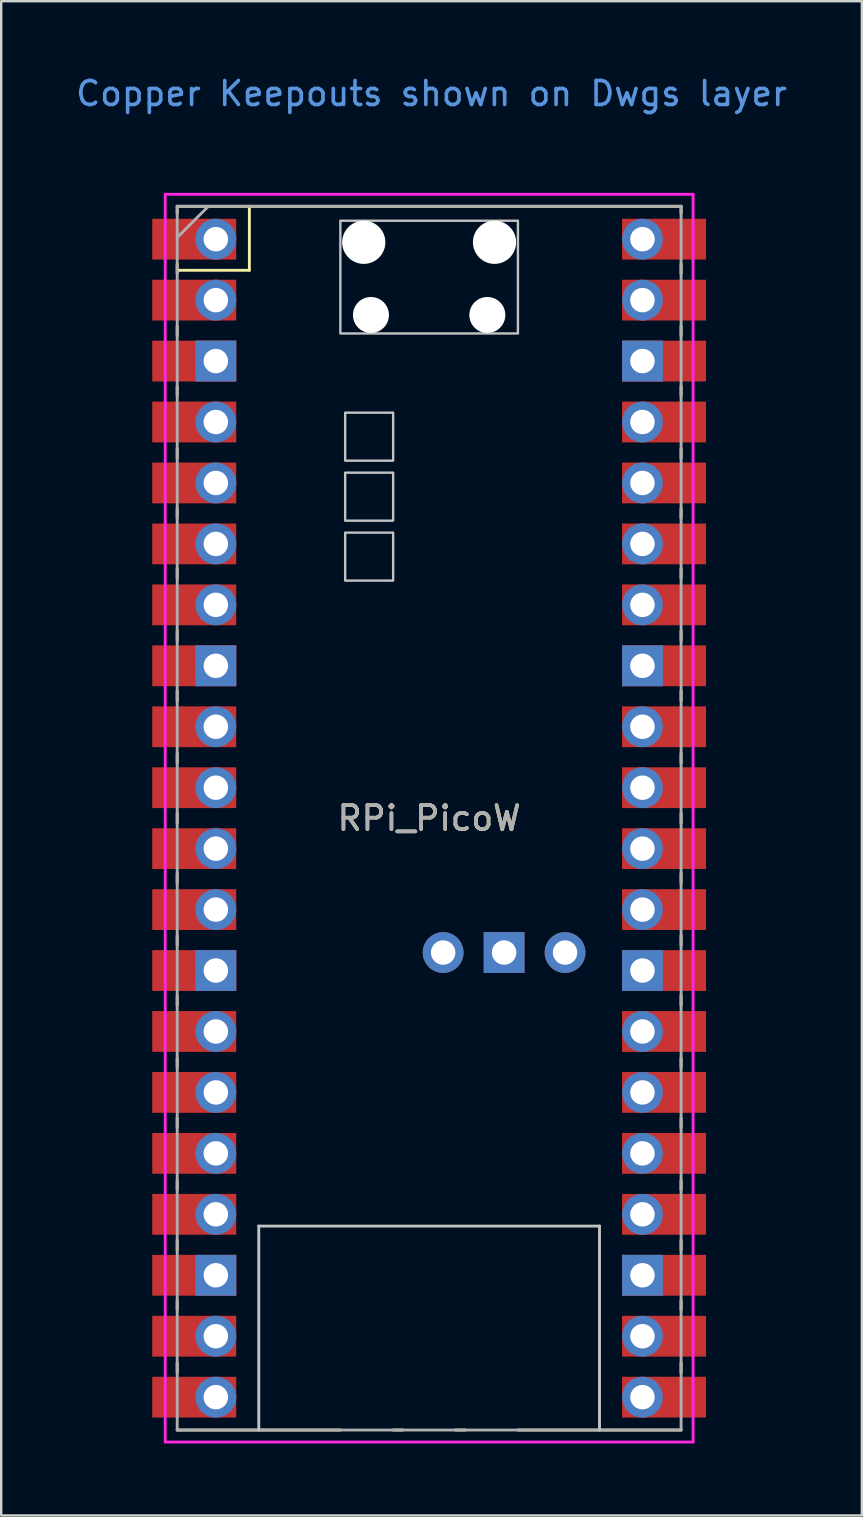
<source format=kicad_pcb>
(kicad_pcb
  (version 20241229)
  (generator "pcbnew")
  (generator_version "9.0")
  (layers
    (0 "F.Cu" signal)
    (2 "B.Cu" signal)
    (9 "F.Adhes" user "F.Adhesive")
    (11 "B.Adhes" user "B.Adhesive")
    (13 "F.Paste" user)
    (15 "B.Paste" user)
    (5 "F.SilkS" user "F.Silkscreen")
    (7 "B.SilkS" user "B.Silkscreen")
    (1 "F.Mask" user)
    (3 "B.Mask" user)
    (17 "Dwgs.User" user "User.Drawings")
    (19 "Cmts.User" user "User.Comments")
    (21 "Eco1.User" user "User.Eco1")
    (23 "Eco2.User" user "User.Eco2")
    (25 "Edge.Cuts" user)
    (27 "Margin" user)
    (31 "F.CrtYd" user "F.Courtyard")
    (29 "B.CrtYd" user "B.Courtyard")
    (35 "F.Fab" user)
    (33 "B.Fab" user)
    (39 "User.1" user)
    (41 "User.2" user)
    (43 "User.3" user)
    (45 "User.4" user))
  (footprint "RPi_PicoW"
    (layer "F.Cu")
    (at 14.835 31.048)
    (property "Reference" "RPi_PicoW" (at 0 0 0) (layer "F.SilkS") (effects (font (size 1 1) (thickness 0.15))))
    (attr through_hole)
    (fp_line (start -10.5 -25.5) (end -10.5 -25.2) (stroke (width 0.12) (type solid)) (layer "F.SilkS"))
    (fp_line (start -10.5 -25.5) (end 10.5 -25.5) (stroke (width 0.12) (type solid)) (layer "F.SilkS"))
    (fp_line (start -10.5 -23.1) (end -10.5 -22.7) (stroke (width 0.12) (type solid)) (layer "F.SilkS"))
    (fp_line (start -10.5 -22.833) (end -7.493 -22.833) (stroke (width 0.12) (type solid)) (layer "F.SilkS"))
    (fp_line (start -10.5 -20.5) (end -10.5 -20.1) (stroke (width 0.12) (type solid)) (layer "F.SilkS"))
    (fp_line (start -10.5 -18) (end -10.5 -17.6) (stroke (width 0.12) (type solid)) (layer "F.SilkS"))
    (fp_line (start -10.5 -15.4) (end -10.5 -15) (stroke (width 0.12) (type solid)) (layer "F.SilkS"))
    (fp_line (start -10.5 -12.9) (end -10.5 -12.5) (stroke (width 0.12) (type solid)) (layer "F.SilkS"))
    (fp_line (start -10.5 -10.4) (end -10.5 -10) (stroke (width 0.12) (type solid)) (layer "F.SilkS"))
    (fp_line (start -10.5 -7.8) (end -10.5 -7.4) (stroke (width 0.12) (type solid)) (layer "F.SilkS"))
    (fp_line (start -10.5 -5.3) (end -10.5 -4.9) (stroke (width 0.12) (type solid)) (layer "F.SilkS"))
    (fp_line (start -10.5 -2.7) (end -10.5 -2.3) (stroke (width 0.12) (type solid)) (layer "F.SilkS"))
    (fp_line (start -10.5 -0.2) (end -10.5 0.2) (stroke (width 0.12) (type solid)) (layer "F.SilkS"))
    (fp_line (start -10.5 2.3) (end -10.5 2.7) (stroke (width 0.12) (type solid)) (layer "F.SilkS"))
    (fp_line (start -10.5 4.9) (end -10.5 5.3) (stroke (width 0.12) (type solid)) (layer "F.SilkS"))
    (fp_line (start -10.5 7.4) (end -10.5 7.8) (stroke (width 0.12) (type solid)) (layer "F.SilkS"))
    (fp_line (start -10.5 10) (end -10.5 10.4) (stroke (width 0.12) (type solid)) (layer "F.SilkS"))
    (fp_line (start -10.5 12.5) (end -10.5 12.9) (stroke (width 0.12) (type solid)) (layer "F.SilkS"))
    (fp_line (start -10.5 15.1) (end -10.5 15.5) (stroke (width 0.12) (type solid)) (layer "F.SilkS"))
    (fp_line (start -10.5 17.6) (end -10.5 18) (stroke (width 0.12) (type solid)) (layer "F.SilkS"))
    (fp_line (start -10.5 20.1) (end -10.5 20.5) (stroke (width 0.12) (type solid)) (layer "F.SilkS"))
    (fp_line (start -10.5 22.7) (end -10.5 23.1) (stroke (width 0.12) (type solid)) (layer "F.SilkS"))
    (fp_line (start -7.493 -22.833) (end -7.493 -25.5) (stroke (width 0.12) (type solid)) (layer "F.SilkS"))
    (fp_line (start -3.7 25.5) (end -10.5 25.5) (stroke (width 0.12) (type solid)) (layer "F.SilkS"))
    (fp_line (start -1.5 25.5) (end -1.1 25.5) (stroke (width 0.12) (type solid)) (layer "F.SilkS"))
    (fp_line (start 1.1 25.5) (end 1.5 25.5) (stroke (width 0.12) (type solid)) (layer "F.SilkS"))
    (fp_line (start 10.5 -25.5) (end 10.5 -25.2) (stroke (width 0.12) (type solid)) (layer "F.SilkS"))
    (fp_line (start 10.5 -23.1) (end 10.5 -22.7) (stroke (width 0.12) (type solid)) (layer "F.SilkS"))
    (fp_line (start 10.5 -20.5) (end 10.5 -20.1) (stroke (width 0.12) (type solid)) (layer "F.SilkS"))
    (fp_line (start 10.5 -18) (end 10.5 -17.6) (stroke (width 0.12) (type solid)) (layer "F.SilkS"))
    (fp_line (start 10.5 -15.4) (end 10.5 -15) (stroke (width 0.12) (type solid)) (layer "F.SilkS"))
    (fp_line (start 10.5 -12.9) (end 10.5 -12.5) (stroke (width 0.12) (type solid)) (layer "F.SilkS"))
    (fp_line (start 10.5 -10.4) (end 10.5 -10) (stroke (width 0.12) (type solid)) (layer "F.SilkS"))
    (fp_line (start 10.5 -7.8) (end 10.5 -7.4) (stroke (width 0.12) (type solid)) (layer "F.SilkS"))
    (fp_line (start 10.5 -5.3) (end 10.5 -4.9) (stroke (width 0.12) (type solid)) (layer "F.SilkS"))
    (fp_line (start 10.5 -2.7) (end 10.5 -2.3) (stroke (width 0.12) (type solid)) (layer "F.SilkS"))
    (fp_line (start 10.5 -0.2) (end 10.5 0.2) (stroke (width 0.12) (type solid)) (layer "F.SilkS"))
    (fp_line (start 10.5 2.3) (end 10.5 2.7) (stroke (width 0.12) (type solid)) (layer "F.SilkS"))
    (fp_line (start 10.5 4.9) (end 10.5 5.3) (stroke (width 0.12) (type solid)) (layer "F.SilkS"))
    (fp_line (start 10.5 7.4) (end 10.5 7.8) (stroke (width 0.12) (type solid)) (layer "F.SilkS"))
    (fp_line (start 10.5 10) (end 10.5 10.4) (stroke (width 0.12) (type solid)) (layer "F.SilkS"))
    (fp_line (start 10.5 12.5) (end 10.5 12.9) (stroke (width 0.12) (type solid)) (layer "F.SilkS"))
    (fp_line (start 10.5 15.1) (end 10.5 15.5) (stroke (width 0.12) (type solid)) (layer "F.SilkS"))
    (fp_line (start 10.5 17.6) (end 10.5 18) (stroke (width 0.12) (type solid)) (layer "F.SilkS"))
    (fp_line (start 10.5 20.1) (end 10.5 20.5) (stroke (width 0.12) (type solid)) (layer "F.SilkS"))
    (fp_line (start 10.5 22.7) (end 10.5 23.1) (stroke (width 0.12) (type solid)) (layer "F.SilkS"))
    (fp_line (start 10.5 25.5) (end 3.7 25.5) (stroke (width 0.12) (type solid)) (layer "F.SilkS"))
    (fp_line (start -7.1 17) (end 7.1 17) (stroke (width 0.12) (type solid)) (layer "Dwgs.User"))
    (fp_line (start -7.1 25.5) (end -7.1 17) (stroke (width 0.12) (type solid)) (layer "Dwgs.User"))
    (fp_line (start 7.1 17) (end 7.1 25.5) (stroke (width 0.12) (type solid)) (layer "Dwgs.User"))
    (fp_poly (pts (xy -1.5 -14.9) (xy -3.5 -14.9) (xy -3.5 -16.9) (xy -1.5 -16.9)) (stroke (width 0.1) (type solid)) (fill no) (layer "Dwgs.User"))
    (fp_poly (pts (xy -1.5 -12.4) (xy -3.5 -12.4) (xy -3.5 -14.4) (xy -1.5 -14.4)) (stroke (width 0.1) (type solid)) (fill no) (layer "Dwgs.User"))
    (fp_poly (pts (xy -1.5 -9.9) (xy -3.5 -9.9) (xy -3.5 -11.9) (xy -1.5 -11.9)) (stroke (width 0.1) (type solid)) (fill no) (layer "Dwgs.User"))
    (fp_poly (pts (xy 3.7 -20.2) (xy -3.7 -20.2) (xy -3.7 -24.9) (xy 3.7 -24.9)) (stroke (width 0.1) (type solid)) (fill no) (layer "Dwgs.User"))
    (fp_line (start -11 -26) (end 11 -26) (stroke (width 0.12) (type solid)) (layer "F.CrtYd"))
    (fp_line (start -11 26) (end -11 -26) (stroke (width 0.12) (type solid)) (layer "F.CrtYd"))
    (fp_line (start 11 -26) (end 11 26) (stroke (width 0.12) (type solid)) (layer "F.CrtYd"))
    (fp_line (start 11 26) (end -11 26) (stroke (width 0.12) (type solid)) (layer "F.CrtYd"))
    (fp_line (start -10.5 -25.5) (end 10.5 -25.5) (stroke (width 0.12) (type solid)) (layer "F.Fab"))
    (fp_line (start -10.5 -24.2) (end -9.2 -25.5) (stroke (width 0.12) (type solid)) (layer "F.Fab"))
    (fp_line (start -10.5 25.5) (end -10.5 -25.5) (stroke (width 0.12) (type solid)) (layer "F.Fab"))
    (fp_line (start 10.5 -25.5) (end 10.5 25.5) (stroke (width 0.12) (type solid)) (layer "F.Fab"))
    (fp_line (start 10.5 25.5) (end -10.5 25.5) (stroke (width 0.12) (type solid)) (layer "F.Fab"))
    (fp_text user "Copper Keepouts shown on Dwgs layer" (at 0.1 -30.2 0) (layer "Cmts.User") (effects (font (size 1 1) (thickness 0.15))))
    (fp_text user "${REFERENCE}" (at 0 0 180) (layer "F.Fab") (effects (font (size 1 1) (thickness 0.15))))
    (pad "" np_thru_hole oval (at -2.725 -24) (size 1.8 1.8) (drill 1.8) (layers "*.Cu" "*.Mask"))
    (pad "" np_thru_hole oval (at -2.425 -20.97) (size 1.5 1.5) (drill 1.5) (layers "*.Cu" "*.Mask"))
    (pad "" np_thru_hole oval (at 2.425 -20.97) (size 1.5 1.5) (drill 1.5) (layers "*.Cu" "*.Mask"))
    (pad "" np_thru_hole oval (at 2.725 -24) (size 1.8 1.8) (drill 1.8) (layers "*.Cu" "*.Mask"))
    (pad "1" thru_hole oval (at -8.89 -24.13) (size 1.7 1.7) (drill 1.02) (layers "*.Cu" "*.Mask"))
    (pad "1" smd rect (at -8.89 -24.13) (size 3.5 1.7) (drill (offset -0.9 0)) (layers "F.Cu" "F.Mask"))
    (pad "2" thru_hole oval (at -8.89 -21.59) (size 1.7 1.7) (drill 1.02) (layers "*.Cu" "*.Mask"))
    (pad "2" smd rect (at -8.89 -21.59) (size 3.5 1.7) (drill (offset -0.9 0)) (layers "F.Cu" "F.Mask"))
    (pad "3" thru_hole rect (at -8.89 -19.05) (size 1.7 1.7) (drill 1.02) (layers "*.Cu" "*.Mask"))
    (pad "3" smd rect (at -8.89 -19.05) (size 3.5 1.7) (drill (offset -0.9 0)) (layers "F.Cu" "F.Mask"))
    (pad "4" thru_hole oval (at -8.89 -16.51) (size 1.7 1.7) (drill 1.02) (layers "*.Cu" "*.Mask"))
    (pad "4" smd rect (at -8.89 -16.51) (size 3.5 1.7) (drill (offset -0.9 0)) (layers "F.Cu" "F.Mask"))
    (pad "5" thru_hole oval (at -8.89 -13.97) (size 1.7 1.7) (drill 1.02) (layers "*.Cu" "*.Mask"))
    (pad "5" smd rect (at -8.89 -13.97) (size 3.5 1.7) (drill (offset -0.9 0)) (layers "F.Cu" "F.Mask"))
    (pad "6" thru_hole oval (at -8.89 -11.43) (size 1.7 1.7) (drill 1.02) (layers "*.Cu" "*.Mask"))
    (pad "6" smd rect (at -8.89 -11.43) (size 3.5 1.7) (drill (offset -0.9 0)) (layers "F.Cu" "F.Mask"))
    (pad "7" thru_hole oval (at -8.89 -8.89) (size 1.7 1.7) (drill 1.02) (layers "*.Cu" "*.Mask"))
    (pad "7" smd rect (at -8.89 -8.89) (size 3.5 1.7) (drill (offset -0.9 0)) (layers "F.Cu" "F.Mask"))
    (pad "8" thru_hole rect (at -8.89 -6.35) (size 1.7 1.7) (drill 1.02) (layers "*.Cu" "*.Mask"))
    (pad "8" smd rect (at -8.89 -6.35) (size 3.5 1.7) (drill (offset -0.9 0)) (layers "F.Cu" "F.Mask"))
    (pad "9" thru_hole oval (at -8.89 -3.81) (size 1.7 1.7) (drill 1.02) (layers "*.Cu" "*.Mask"))
    (pad "9" smd rect (at -8.89 -3.81) (size 3.5 1.7) (drill (offset -0.9 0)) (layers "F.Cu" "F.Mask"))
    (pad "10" thru_hole oval (at -8.89 -1.27) (size 1.7 1.7) (drill 1.02) (layers "*.Cu" "*.Mask"))
    (pad "10" smd rect (at -8.89 -1.27) (size 3.5 1.7) (drill (offset -0.9 0)) (layers "F.Cu" "F.Mask"))
    (pad "11" thru_hole oval (at -8.89 1.27) (size 1.7 1.7) (drill 1.02) (layers "*.Cu" "*.Mask"))
    (pad "11" smd rect (at -8.89 1.27) (size 3.5 1.7) (drill (offset -0.9 0)) (layers "F.Cu" "F.Mask"))
    (pad "12" thru_hole oval (at -8.89 3.81) (size 1.7 1.7) (drill 1.02) (layers "*.Cu" "*.Mask"))
    (pad "12" smd rect (at -8.89 3.81) (size 3.5 1.7) (drill (offset -0.9 0)) (layers "F.Cu" "F.Mask"))
    (pad "13" thru_hole rect (at -8.89 6.35) (size 1.7 1.7) (drill 1.02) (layers "*.Cu" "*.Mask"))
    (pad "13" smd rect (at -8.89 6.35) (size 3.5 1.7) (drill (offset -0.9 0)) (layers "F.Cu" "F.Mask"))
    (pad "14" thru_hole oval (at -8.89 8.89) (size 1.7 1.7) (drill 1.02) (layers "*.Cu" "*.Mask"))
    (pad "14" smd rect (at -8.89 8.89) (size 3.5 1.7) (drill (offset -0.9 0)) (layers "F.Cu" "F.Mask"))
    (pad "15" thru_hole oval (at -8.89 11.43) (size 1.7 1.7) (drill 1.02) (layers "*.Cu" "*.Mask"))
    (pad "15" smd rect (at -8.89 11.43) (size 3.5 1.7) (drill (offset -0.9 0)) (layers "F.Cu" "F.Mask"))
    (pad "16" thru_hole oval (at -8.89 13.97) (size 1.7 1.7) (drill 1.02) (layers "*.Cu" "*.Mask"))
    (pad "16" smd rect (at -8.89 13.97) (size 3.5 1.7) (drill (offset -0.9 0)) (layers "F.Cu" "F.Mask"))
    (pad "17" thru_hole oval (at -8.89 16.51) (size 1.7 1.7) (drill 1.02) (layers "*.Cu" "*.Mask"))
    (pad "17" smd rect (at -8.89 16.51) (size 3.5 1.7) (drill (offset -0.9 0)) (layers "F.Cu" "F.Mask"))
    (pad "18" thru_hole rect (at -8.89 19.05) (size 1.7 1.7) (drill 1.02) (layers "*.Cu" "*.Mask"))
    (pad "18" smd rect (at -8.89 19.05) (size 3.5 1.7) (drill (offset -0.9 0)) (layers "F.Cu" "F.Mask"))
    (pad "19" thru_hole oval (at -8.89 21.59) (size 1.7 1.7) (drill 1.02) (layers "*.Cu" "*.Mask"))
    (pad "19" smd rect (at -8.89 21.59) (size 3.5 1.7) (drill (offset -0.9 0)) (layers "F.Cu" "F.Mask"))
    (pad "20" thru_hole oval (at -8.89 24.13) (size 1.7 1.7) (drill 1.02) (layers "*.Cu" "*.Mask"))
    (pad "20" smd rect (at -8.89 24.13) (size 3.5 1.7) (drill (offset -0.9 0)) (layers "F.Cu" "F.Mask"))
    (pad "21" thru_hole oval (at 8.89 24.13) (size 1.7 1.7) (drill 1.02) (layers "*.Cu" "*.Mask"))
    (pad "21" smd rect (at 8.89 24.13) (size 3.5 1.7) (drill (offset 0.9 0)) (layers "F.Cu" "F.Mask"))
    (pad "22" thru_hole oval (at 8.89 21.59) (size 1.7 1.7) (drill 1.02) (layers "*.Cu" "*.Mask"))
    (pad "22" smd rect (at 8.89 21.59) (size 3.5 1.7) (drill (offset 0.9 0)) (layers "F.Cu" "F.Mask"))
    (pad "23" thru_hole rect (at 8.89 19.05) (size 1.7 1.7) (drill 1.02) (layers "*.Cu" "*.Mask"))
    (pad "23" smd rect (at 8.89 19.05) (size 3.5 1.7) (drill (offset 0.9 0)) (layers "F.Cu" "F.Mask"))
    (pad "24" thru_hole oval (at 8.89 16.51) (size 1.7 1.7) (drill 1.02) (layers "*.Cu" "*.Mask"))
    (pad "24" smd rect (at 8.89 16.51) (size 3.5 1.7) (drill (offset 0.9 0)) (layers "F.Cu" "F.Mask"))
    (pad "25" thru_hole oval (at 8.89 13.97) (size 1.7 1.7) (drill 1.02) (layers "*.Cu" "*.Mask"))
    (pad "25" smd rect (at 8.89 13.97) (size 3.5 1.7) (drill (offset 0.9 0)) (layers "F.Cu" "F.Mask"))
    (pad "26" thru_hole oval (at 8.89 11.43) (size 1.7 1.7) (drill 1.02) (layers "*.Cu" "*.Mask"))
    (pad "26" smd rect (at 8.89 11.43) (size 3.5 1.7) (drill (offset 0.9 0)) (layers "F.Cu" "F.Mask"))
    (pad "27" thru_hole oval (at 8.89 8.89) (size 1.7 1.7) (drill 1.02) (layers "*.Cu" "*.Mask"))
    (pad "27" smd rect (at 8.89 8.89) (size 3.5 1.7) (drill (offset 0.9 0)) (layers "F.Cu" "F.Mask"))
    (pad "28" thru_hole rect (at 8.89 6.35) (size 1.7 1.7) (drill 1.02) (layers "*.Cu" "*.Mask"))
    (pad "28" smd rect (at 8.89 6.35) (size 3.5 1.7) (drill (offset 0.9 0)) (layers "F.Cu" "F.Mask"))
    (pad "29" thru_hole oval (at 8.89 3.81) (size 1.7 1.7) (drill 1.02) (layers "*.Cu" "*.Mask"))
    (pad "29" smd rect (at 8.89 3.81) (size 3.5 1.7) (drill (offset 0.9 0)) (layers "F.Cu" "F.Mask"))
    (pad "30" thru_hole oval (at 8.89 1.27) (size 1.7 1.7) (drill 1.02) (layers "*.Cu" "*.Mask"))
    (pad "30" smd rect (at 8.89 1.27) (size 3.5 1.7) (drill (offset 0.9 0)) (layers "F.Cu" "F.Mask"))
    (pad "31" thru_hole oval (at 8.89 -1.27) (size 1.7 1.7) (drill 1.02) (layers "*.Cu" "*.Mask"))
    (pad "31" smd rect (at 8.89 -1.27) (size 3.5 1.7) (drill (offset 0.9 0)) (layers "F.Cu" "F.Mask"))
    (pad "32" thru_hole oval (at 8.89 -3.81) (size 1.7 1.7) (drill 1.02) (layers "*.Cu" "*.Mask"))
    (pad "32" smd rect (at 8.89 -3.81) (size 3.5 1.7) (drill (offset 0.9 0)) (layers "F.Cu" "F.Mask"))
    (pad "33" thru_hole rect (at 8.89 -6.35) (size 1.7 1.7) (drill 1.02) (layers "*.Cu" "*.Mask"))
    (pad "33" smd rect (at 8.89 -6.35) (size 3.5 1.7) (drill (offset 0.9 0)) (layers "F.Cu" "F.Mask"))
    (pad "34" thru_hole oval (at 8.89 -8.89) (size 1.7 1.7) (drill 1.02) (layers "*.Cu" "*.Mask"))
    (pad "34" smd rect (at 8.89 -8.89) (size 3.5 1.7) (drill (offset 0.9 0)) (layers "F.Cu" "F.Mask"))
    (pad "35" thru_hole oval (at 8.89 -11.43) (size 1.7 1.7) (drill 1.02) (layers "*.Cu" "*.Mask"))
    (pad "35" smd rect (at 8.89 -11.43) (size 3.5 1.7) (drill (offset 0.9 0)) (layers "F.Cu" "F.Mask"))
    (pad "36" thru_hole oval (at 8.89 -13.97) (size 1.7 1.7) (drill 1.02) (layers "*.Cu" "*.Mask"))
    (pad "36" smd rect (at 8.89 -13.97) (size 3.5 1.7) (drill (offset 0.9 0)) (layers "F.Cu" "F.Mask"))
    (pad "37" thru_hole oval (at 8.89 -16.51) (size 1.7 1.7) (drill 1.02) (layers "*.Cu" "*.Mask"))
    (pad "37" smd rect (at 8.89 -16.51) (size 3.5 1.7) (drill (offset 0.9 0)) (layers "F.Cu" "F.Mask"))
    (pad "38" thru_hole rect (at 8.89 -19.05) (size 1.7 1.7) (drill 1.02) (layers "*.Cu" "*.Mask"))
    (pad "38" smd rect (at 8.89 -19.05) (size 3.5 1.7) (drill (offset 0.9 0)) (layers "F.Cu" "F.Mask"))
    (pad "39" thru_hole oval (at 8.89 -21.59) (size 1.7 1.7) (drill 1.02) (layers "*.Cu" "*.Mask"))
    (pad "39" smd rect (at 8.89 -21.59) (size 3.5 1.7) (drill (offset 0.9 0)) (layers "F.Cu" "F.Mask"))
    (pad "40" thru_hole oval (at 8.89 -24.13) (size 1.7 1.7) (drill 1.02) (layers "*.Cu" "*.Mask"))
    (pad "40" smd rect (at 8.89 -24.13) (size 3.5 1.7) (drill (offset 0.9 0)) (layers "F.Cu" "F.Mask"))
    (pad "41" thru_hole oval (at 0.584 5.6) (size 1.7 1.7) (drill 1.02) (layers "*.Cu" "*.Mask"))
    (pad "42" thru_hole rect (at 3.124 5.6) (size 1.7 1.7) (drill 1.02) (layers "*.Cu" "*.Mask"))
    (pad "43" thru_hole oval (at 5.664 5.6) (size 1.7 1.7) (drill 1.02) (layers "*.Cu" "*.Mask")))
  (gr_rect
    (start -3 -3)
    (end 32.869 60.108)
    (stroke (width 0.1) (type default))
    (fill no)
    (layer "Edge.Cuts")))
</source>
